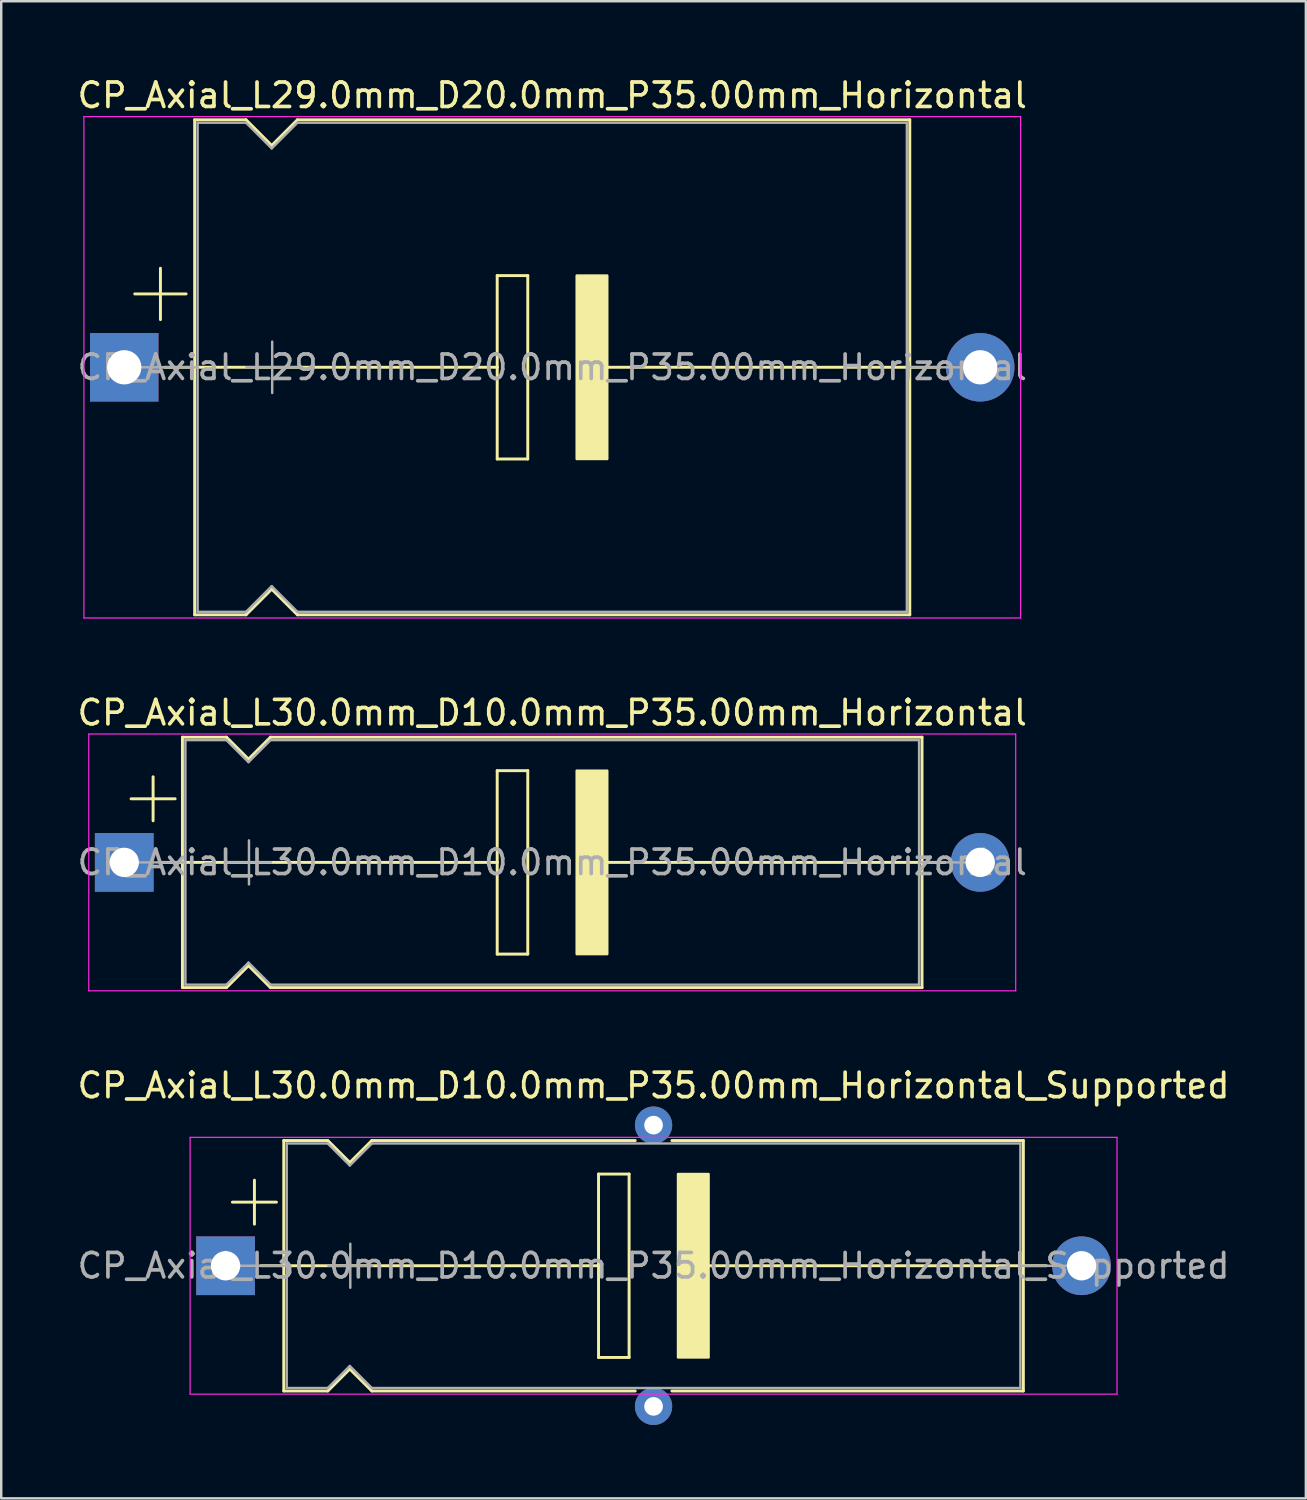
<source format=kicad_pcb>
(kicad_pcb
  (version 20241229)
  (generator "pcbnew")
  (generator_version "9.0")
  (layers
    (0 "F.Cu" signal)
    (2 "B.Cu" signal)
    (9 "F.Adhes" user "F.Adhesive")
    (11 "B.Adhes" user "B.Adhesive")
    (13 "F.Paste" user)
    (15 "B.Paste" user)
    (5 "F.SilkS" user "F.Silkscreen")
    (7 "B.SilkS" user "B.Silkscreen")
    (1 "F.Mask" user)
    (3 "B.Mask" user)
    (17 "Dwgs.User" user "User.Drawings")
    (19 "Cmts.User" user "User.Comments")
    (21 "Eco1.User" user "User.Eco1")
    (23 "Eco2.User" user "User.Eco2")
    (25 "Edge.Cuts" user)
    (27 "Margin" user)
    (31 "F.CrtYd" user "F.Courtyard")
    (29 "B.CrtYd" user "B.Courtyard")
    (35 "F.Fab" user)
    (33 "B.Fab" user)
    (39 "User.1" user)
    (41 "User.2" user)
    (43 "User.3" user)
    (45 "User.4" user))
  (footprint "CP_Axial_L30.0mm_D10.0mm_P35.00mm_Horizontal"
    (layer "F.Cu")
    (at 2.03 32.212)
    (property "Reference" "CP_Axial_L30.0mm_D10.0mm_P35.00mm_Horizontal" (at 17.5 -6.12 0) (layer "F.SilkS") (effects (font (size 1 1) (thickness 0.15))))
    (attr through_hole)
    (fp_line (start 0.28 -2.6) (end 2.08 -2.6) (stroke (width 0.12) (type solid)) (layer "F.SilkS"))
    (fp_line (start 1.18 -3.5) (end 1.18 -1.7) (stroke (width 0.12) (type solid)) (layer "F.SilkS"))
    (fp_line (start 1.44 0) (end 2.38 0) (stroke (width 0.12) (type solid)) (layer "F.SilkS"))
    (fp_line (start 2.38 -5.12) (end 2.38 5.12) (stroke (width 0.12) (type solid)) (layer "F.SilkS"))
    (fp_line (start 2.38 -5.12) (end 4.18 -5.12) (stroke (width 0.12) (type solid)) (layer "F.SilkS"))
    (fp_line (start 2.38 0) (end 15.25 0) (stroke (width 0.12) (type solid)) (layer "F.SilkS"))
    (fp_line (start 2.38 5.12) (end 4.18 5.12) (stroke (width 0.12) (type solid)) (layer "F.SilkS"))
    (fp_line (start 4.18 -5.12) (end 5.08 -4.22) (stroke (width 0.12) (type solid)) (layer "F.SilkS"))
    (fp_line (start 4.18 5.12) (end 5.08 4.22) (stroke (width 0.12) (type solid)) (layer "F.SilkS"))
    (fp_line (start 5.08 -4.22) (end 5.98 -5.12) (stroke (width 0.12) (type solid)) (layer "F.SilkS"))
    (fp_line (start 5.08 4.22) (end 5.98 5.12) (stroke (width 0.12) (type solid)) (layer "F.SilkS"))
    (fp_line (start 5.98 -5.12) (end 32.62 -5.12) (stroke (width 0.12) (type solid)) (layer "F.SilkS"))
    (fp_line (start 5.98 5.12) (end 32.62 5.12) (stroke (width 0.12) (type solid)) (layer "F.SilkS"))
    (fp_line (start 15.25 -3.75) (end 16.5 -3.75) (stroke (width 0.12) (type solid)) (layer "F.SilkS"))
    (fp_line (start 15.25 0) (end 15.25 -3.75) (stroke (width 0.12) (type solid)) (layer "F.SilkS"))
    (fp_line (start 15.25 3.75) (end 15.25 0) (stroke (width 0.12) (type solid)) (layer "F.SilkS"))
    (fp_line (start 16.5 -3.75) (end 16.5 3.75) (stroke (width 0.12) (type solid)) (layer "F.SilkS"))
    (fp_line (start 16.5 3.75) (end 15.25 3.75) (stroke (width 0.12) (type solid)) (layer "F.SilkS"))
    (fp_line (start 19.75 0) (end 32.62 0) (stroke (width 0.12) (type solid)) (layer "F.SilkS"))
    (fp_line (start 32.62 -5.12) (end 32.62 5.12) (stroke (width 0.12) (type solid)) (layer "F.SilkS"))
    (fp_line (start 33.56 0) (end 32.62 0) (stroke (width 0.12) (type solid)) (layer "F.SilkS"))
    (fp_poly (pts (xy 19.75 3.75) (xy 18.5 3.75) (xy 18.5 -3.75) (xy 19.75 -3.75)) (stroke (width 0.1) (type solid)) (fill yes) (layer "F.SilkS"))
    (fp_line (start -1.45 -5.25) (end -1.45 5.25) (stroke (width 0.05) (type solid)) (layer "F.CrtYd"))
    (fp_line (start -1.45 5.25) (end 36.45 5.25) (stroke (width 0.05) (type solid)) (layer "F.CrtYd"))
    (fp_line (start 36.45 -5.25) (end -1.45 -5.25) (stroke (width 0.05) (type solid)) (layer "F.CrtYd"))
    (fp_line (start 36.45 5.25) (end 36.45 -5.25) (stroke (width 0.05) (type solid)) (layer "F.CrtYd"))
    (fp_line (start 0 0) (end 2.5 0) (stroke (width 0.1) (type solid)) (layer "F.Fab"))
    (fp_line (start 2.5 -5) (end 2.5 5) (stroke (width 0.1) (type solid)) (layer "F.Fab"))
    (fp_line (start 2.5 -5) (end 4.18 -5) (stroke (width 0.1) (type solid)) (layer "F.Fab"))
    (fp_line (start 2.5 5) (end 4.18 5) (stroke (width 0.1) (type solid)) (layer "F.Fab"))
    (fp_line (start 4.18 -5) (end 5.08 -4.1) (stroke (width 0.1) (type solid)) (layer "F.Fab"))
    (fp_line (start 4.18 5) (end 5.08 4.1) (stroke (width 0.1) (type solid)) (layer "F.Fab"))
    (fp_line (start 4.2 0) (end 6 0) (stroke (width 0.1) (type solid)) (layer "F.Fab"))
    (fp_line (start 5.08 -4.1) (end 5.98 -5) (stroke (width 0.1) (type solid)) (layer "F.Fab"))
    (fp_line (start 5.08 4.1) (end 5.98 5) (stroke (width 0.1) (type solid)) (layer "F.Fab"))
    (fp_line (start 5.1 -0.9) (end 5.1 0.9) (stroke (width 0.1) (type solid)) (layer "F.Fab"))
    (fp_line (start 5.98 -5) (end 32.5 -5) (stroke (width 0.1) (type solid)) (layer "F.Fab"))
    (fp_line (start 5.98 5) (end 32.5 5) (stroke (width 0.1) (type solid)) (layer "F.Fab"))
    (fp_line (start 32.5 -5) (end 32.5 5) (stroke (width 0.1) (type solid)) (layer "F.Fab"))
    (fp_line (start 35 0) (end 32.5 0) (stroke (width 0.1) (type solid)) (layer "F.Fab"))
    (fp_text user "${REFERENCE}" (at 17.5 0 0) (layer "F.Fab") (effects (font (size 1 1) (thickness 0.15))))
    (pad "1" thru_hole rect (at 0 0) (size 2.4 2.4) (drill 1.2) (layers "*.Cu" "*.Mask"))
    (pad "2" thru_hole oval (at 35 0) (size 2.4 2.4) (drill 1.2) (layers "*.Cu" "*.Mask")))
  (footprint "CP_Axial_L29.0mm_D20.0mm_P35.00mm_Horizontal"
    (layer "F.Cu")
    (at 2.03 11.968)
    (property "Reference" "CP_Axial_L29.0mm_D20.0mm_P35.00mm_Horizontal" (at 17.5 -11.12 0) (layer "F.SilkS") (effects (font (size 1 1) (thickness 0.15))))
    (attr through_hole)
    (fp_line (start 0.43 -3) (end 2.53 -3) (stroke (width 0.12) (type solid)) (layer "F.SilkS"))
    (fp_line (start 1.48 -4.05) (end 1.48 -1.95) (stroke (width 0.12) (type solid)) (layer "F.SilkS"))
    (fp_line (start 1.64 0) (end 2.88 0) (stroke (width 0.12) (type solid)) (layer "F.SilkS"))
    (fp_line (start 2.88 -10.12) (end 2.88 10.12) (stroke (width 0.12) (type solid)) (layer "F.SilkS"))
    (fp_line (start 2.88 -10.12) (end 4.98 -10.12) (stroke (width 0.12) (type solid)) (layer "F.SilkS"))
    (fp_line (start 2.88 0) (end 15.25 0) (stroke (width 0.12) (type solid)) (layer "F.SilkS"))
    (fp_line (start 2.88 10.12) (end 4.98 10.12) (stroke (width 0.12) (type solid)) (layer "F.SilkS"))
    (fp_line (start 4.98 -10.12) (end 6.03 -9.07) (stroke (width 0.12) (type solid)) (layer "F.SilkS"))
    (fp_line (start 4.98 10.12) (end 6.03 9.07) (stroke (width 0.12) (type solid)) (layer "F.SilkS"))
    (fp_line (start 6.03 -9.07) (end 7.08 -10.12) (stroke (width 0.12) (type solid)) (layer "F.SilkS"))
    (fp_line (start 6.03 9.07) (end 7.08 10.12) (stroke (width 0.12) (type solid)) (layer "F.SilkS"))
    (fp_line (start 7.08 -10.12) (end 32.12 -10.12) (stroke (width 0.12) (type solid)) (layer "F.SilkS"))
    (fp_line (start 7.08 10.12) (end 32.12 10.12) (stroke (width 0.12) (type solid)) (layer "F.SilkS"))
    (fp_line (start 15.25 -3.75) (end 16.5 -3.75) (stroke (width 0.12) (type solid)) (layer "F.SilkS"))
    (fp_line (start 15.25 0) (end 15.25 -3.75) (stroke (width 0.12) (type solid)) (layer "F.SilkS"))
    (fp_line (start 15.25 3.75) (end 15.25 0) (stroke (width 0.12) (type solid)) (layer "F.SilkS"))
    (fp_line (start 16.5 -3.75) (end 16.5 3.75) (stroke (width 0.12) (type solid)) (layer "F.SilkS"))
    (fp_line (start 16.5 3.75) (end 15.25 3.75) (stroke (width 0.12) (type solid)) (layer "F.SilkS"))
    (fp_line (start 19.75 0) (end 32.12 0) (stroke (width 0.12) (type solid)) (layer "F.SilkS"))
    (fp_line (start 32.12 -10.12) (end 32.12 10.12) (stroke (width 0.12) (type solid)) (layer "F.SilkS"))
    (fp_line (start 33.36 0) (end 32.12 0) (stroke (width 0.12) (type solid)) (layer "F.SilkS"))
    (fp_poly (pts (xy 19.75 3.75) (xy 18.5 3.75) (xy 18.5 -3.75) (xy 19.75 -3.75)) (stroke (width 0.1) (type solid)) (fill yes) (layer "F.SilkS"))
    (fp_line (start -1.65 -10.25) (end -1.65 10.25) (stroke (width 0.05) (type solid)) (layer "F.CrtYd"))
    (fp_line (start -1.65 10.25) (end 36.65 10.25) (stroke (width 0.05) (type solid)) (layer "F.CrtYd"))
    (fp_line (start 36.65 -10.25) (end -1.65 -10.25) (stroke (width 0.05) (type solid)) (layer "F.CrtYd"))
    (fp_line (start 36.65 10.25) (end 36.65 -10.25) (stroke (width 0.05) (type solid)) (layer "F.CrtYd"))
    (fp_line (start 0 0) (end 3 0) (stroke (width 0.1) (type solid)) (layer "F.Fab"))
    (fp_line (start 3 -10) (end 3 10) (stroke (width 0.1) (type solid)) (layer "F.Fab"))
    (fp_line (start 3 -10) (end 4.98 -10) (stroke (width 0.1) (type solid)) (layer "F.Fab"))
    (fp_line (start 3 10) (end 4.98 10) (stroke (width 0.1) (type solid)) (layer "F.Fab"))
    (fp_line (start 4.98 -10) (end 6.03 -8.95) (stroke (width 0.1) (type solid)) (layer "F.Fab"))
    (fp_line (start 4.98 10) (end 6.03 8.95) (stroke (width 0.1) (type solid)) (layer "F.Fab"))
    (fp_line (start 5 0) (end 7.1 0) (stroke (width 0.1) (type solid)) (layer "F.Fab"))
    (fp_line (start 6.03 -8.95) (end 7.08 -10) (stroke (width 0.1) (type solid)) (layer "F.Fab"))
    (fp_line (start 6.03 8.95) (end 7.08 10) (stroke (width 0.1) (type solid)) (layer "F.Fab"))
    (fp_line (start 6.05 -1.05) (end 6.05 1.05) (stroke (width 0.1) (type solid)) (layer "F.Fab"))
    (fp_line (start 7.08 -10) (end 32 -10) (stroke (width 0.1) (type solid)) (layer "F.Fab"))
    (fp_line (start 7.08 10) (end 32 10) (stroke (width 0.1) (type solid)) (layer "F.Fab"))
    (fp_line (start 32 -10) (end 32 10) (stroke (width 0.1) (type solid)) (layer "F.Fab"))
    (fp_line (start 35 0) (end 32 0) (stroke (width 0.1) (type solid)) (layer "F.Fab"))
    (fp_text user "${REFERENCE}" (at 17.5 0 0) (layer "F.Fab") (effects (font (size 1 1) (thickness 0.15))))
    (pad "1" thru_hole rect (at 0 0) (size 2.8 2.8) (drill 1.4) (layers "*.Cu" "*.Mask"))
    (pad "2" thru_hole oval (at 35 0) (size 2.8 2.8) (drill 1.4) (layers "*.Cu" "*.Mask")))
  (footprint "CP_Axial_L30.0mm_D10.0mm_P35.00mm_Horizontal_Supported"
    (layer "F.Cu")
    (at 6.173 48.705)
    (property "Reference" "CP_Axial_L30.0mm_D10.0mm_P35.00mm_Horizontal_Supported" (at 17.5 -7.37 0) (layer "F.SilkS") (effects (font (size 1 1) (thickness 0.15))))
    (attr through_hole)
    (fp_line (start 0.28 -2.6) (end 2.08 -2.6) (stroke (width 0.12) (type solid)) (layer "F.SilkS"))
    (fp_line (start 1.18 -3.5) (end 1.18 -1.7) (stroke (width 0.12) (type solid)) (layer "F.SilkS"))
    (fp_line (start 1.44 0) (end 2.38 0) (stroke (width 0.12) (type solid)) (layer "F.SilkS"))
    (fp_line (start 2.38 -5.12) (end 2.38 5.12) (stroke (width 0.12) (type solid)) (layer "F.SilkS"))
    (fp_line (start 2.38 -5.12) (end 4.18 -5.12) (stroke (width 0.12) (type solid)) (layer "F.SilkS"))
    (fp_line (start 2.38 0) (end 15.25 0) (stroke (width 0.12) (type solid)) (layer "F.SilkS"))
    (fp_line (start 2.38 5.12) (end 4.18 5.12) (stroke (width 0.12) (type solid)) (layer "F.SilkS"))
    (fp_line (start 4.18 -5.12) (end 5.08 -4.22) (stroke (width 0.12) (type solid)) (layer "F.SilkS"))
    (fp_line (start 4.18 5.12) (end 5.08 4.22) (stroke (width 0.12) (type solid)) (layer "F.SilkS"))
    (fp_line (start 5.08 -4.22) (end 5.98 -5.12) (stroke (width 0.12) (type solid)) (layer "F.SilkS"))
    (fp_line (start 5.08 4.22) (end 5.98 5.12) (stroke (width 0.12) (type solid)) (layer "F.SilkS"))
    (fp_line (start 5.98 -5.12) (end 16.75 -5.12) (stroke (width 0.12) (type solid)) (layer "F.SilkS"))
    (fp_line (start 5.98 5.12) (end 16.75 5.12) (stroke (width 0.12) (type solid)) (layer "F.SilkS"))
    (fp_line (start 15.25 -3.75) (end 16.5 -3.75) (stroke (width 0.12) (type solid)) (layer "F.SilkS"))
    (fp_line (start 15.25 0) (end 15.25 -3.75) (stroke (width 0.12) (type solid)) (layer "F.SilkS"))
    (fp_line (start 15.25 3.75) (end 15.25 0) (stroke (width 0.12) (type solid)) (layer "F.SilkS"))
    (fp_line (start 16.5 -3.75) (end 16.5 3.75) (stroke (width 0.12) (type solid)) (layer "F.SilkS"))
    (fp_line (start 16.5 3.75) (end 15.25 3.75) (stroke (width 0.12) (type solid)) (layer "F.SilkS"))
    (fp_line (start 18.25 -5.12) (end 32.62 -5.12) (stroke (width 0.12) (type solid)) (layer "F.SilkS"))
    (fp_line (start 18.25 5.12) (end 32.62 5.12) (stroke (width 0.12) (type solid)) (layer "F.SilkS"))
    (fp_line (start 19.75 0) (end 32.62 0) (stroke (width 0.12) (type solid)) (layer "F.SilkS"))
    (fp_line (start 32.62 -5.12) (end 32.62 5.12) (stroke (width 0.12) (type solid)) (layer "F.SilkS"))
    (fp_line (start 33.56 0) (end 32.62 0) (stroke (width 0.12) (type solid)) (layer "F.SilkS"))
    (fp_poly (pts (xy 19.75 3.75) (xy 18.5 3.75) (xy 18.5 -3.75) (xy 19.75 -3.75)) (stroke (width 0.1) (type solid)) (fill yes) (layer "F.SilkS"))
    (fp_line (start -1.45 -5.25) (end -1.45 5.25) (stroke (width 0.05) (type solid)) (layer "F.CrtYd"))
    (fp_line (start -1.45 5.25) (end 36.45 5.25) (stroke (width 0.05) (type solid)) (layer "F.CrtYd"))
    (fp_line (start 36.45 -5.25) (end -1.45 -5.25) (stroke (width 0.05) (type solid)) (layer "F.CrtYd"))
    (fp_line (start 36.45 5.25) (end 36.45 -5.25) (stroke (width 0.05) (type solid)) (layer "F.CrtYd"))
    (fp_line (start 0 0) (end 2.5 0) (stroke (width 0.1) (type solid)) (layer "F.Fab"))
    (fp_line (start 2.5 -5) (end 2.5 5) (stroke (width 0.1) (type solid)) (layer "F.Fab"))
    (fp_line (start 2.5 -5) (end 4.18 -5) (stroke (width 0.1) (type solid)) (layer "F.Fab"))
    (fp_line (start 2.5 5) (end 4.18 5) (stroke (width 0.1) (type solid)) (layer "F.Fab"))
    (fp_line (start 4.18 -5) (end 5.08 -4.1) (stroke (width 0.1) (type solid)) (layer "F.Fab"))
    (fp_line (start 4.18 5) (end 5.08 4.1) (stroke (width 0.1) (type solid)) (layer "F.Fab"))
    (fp_line (start 4.2 0) (end 6 0) (stroke (width 0.1) (type solid)) (layer "F.Fab"))
    (fp_line (start 5.08 -4.1) (end 5.98 -5) (stroke (width 0.1) (type solid)) (layer "F.Fab"))
    (fp_line (start 5.08 4.1) (end 5.98 5) (stroke (width 0.1) (type solid)) (layer "F.Fab"))
    (fp_line (start 5.1 -0.9) (end 5.1 0.9) (stroke (width 0.1) (type solid)) (layer "F.Fab"))
    (fp_line (start 5.98 -5) (end 32.5 -5) (stroke (width 0.1) (type solid)) (layer "F.Fab"))
    (fp_line (start 5.98 5) (end 32.5 5) (stroke (width 0.1) (type solid)) (layer "F.Fab"))
    (fp_line (start 32.5 -5) (end 32.5 5) (stroke (width 0.1) (type solid)) (layer "F.Fab"))
    (fp_line (start 35 0) (end 32.5 0) (stroke (width 0.1) (type solid)) (layer "F.Fab"))
    (fp_text user "${REFERENCE}" (at 17.5 0 0) (layer "F.Fab") (effects (font (size 1 1) (thickness 0.15))))
    (pad "" thru_hole circle (at 17.5 -5.75) (size 1.524 1.524) (drill 0.762) (layers "*.Cu" "*.Mask"))
    (pad "" thru_hole circle (at 17.5 5.75) (size 1.524 1.524) (drill 0.762) (layers "*.Cu" "*.Mask"))
    (pad "1" thru_hole rect (at 0 0) (size 2.4 2.4) (drill 1.2) (layers "*.Cu" "*.Mask"))
    (pad "2" thru_hole oval (at 35 0) (size 2.4 2.4) (drill 1.2) (layers "*.Cu" "*.Mask")))
  (gr_rect
    (start -3 -3)
    (end 50.345 58.217)
    (stroke (width 0.1) (type default))
    (fill no)
    (layer "Edge.Cuts")))
</source>
